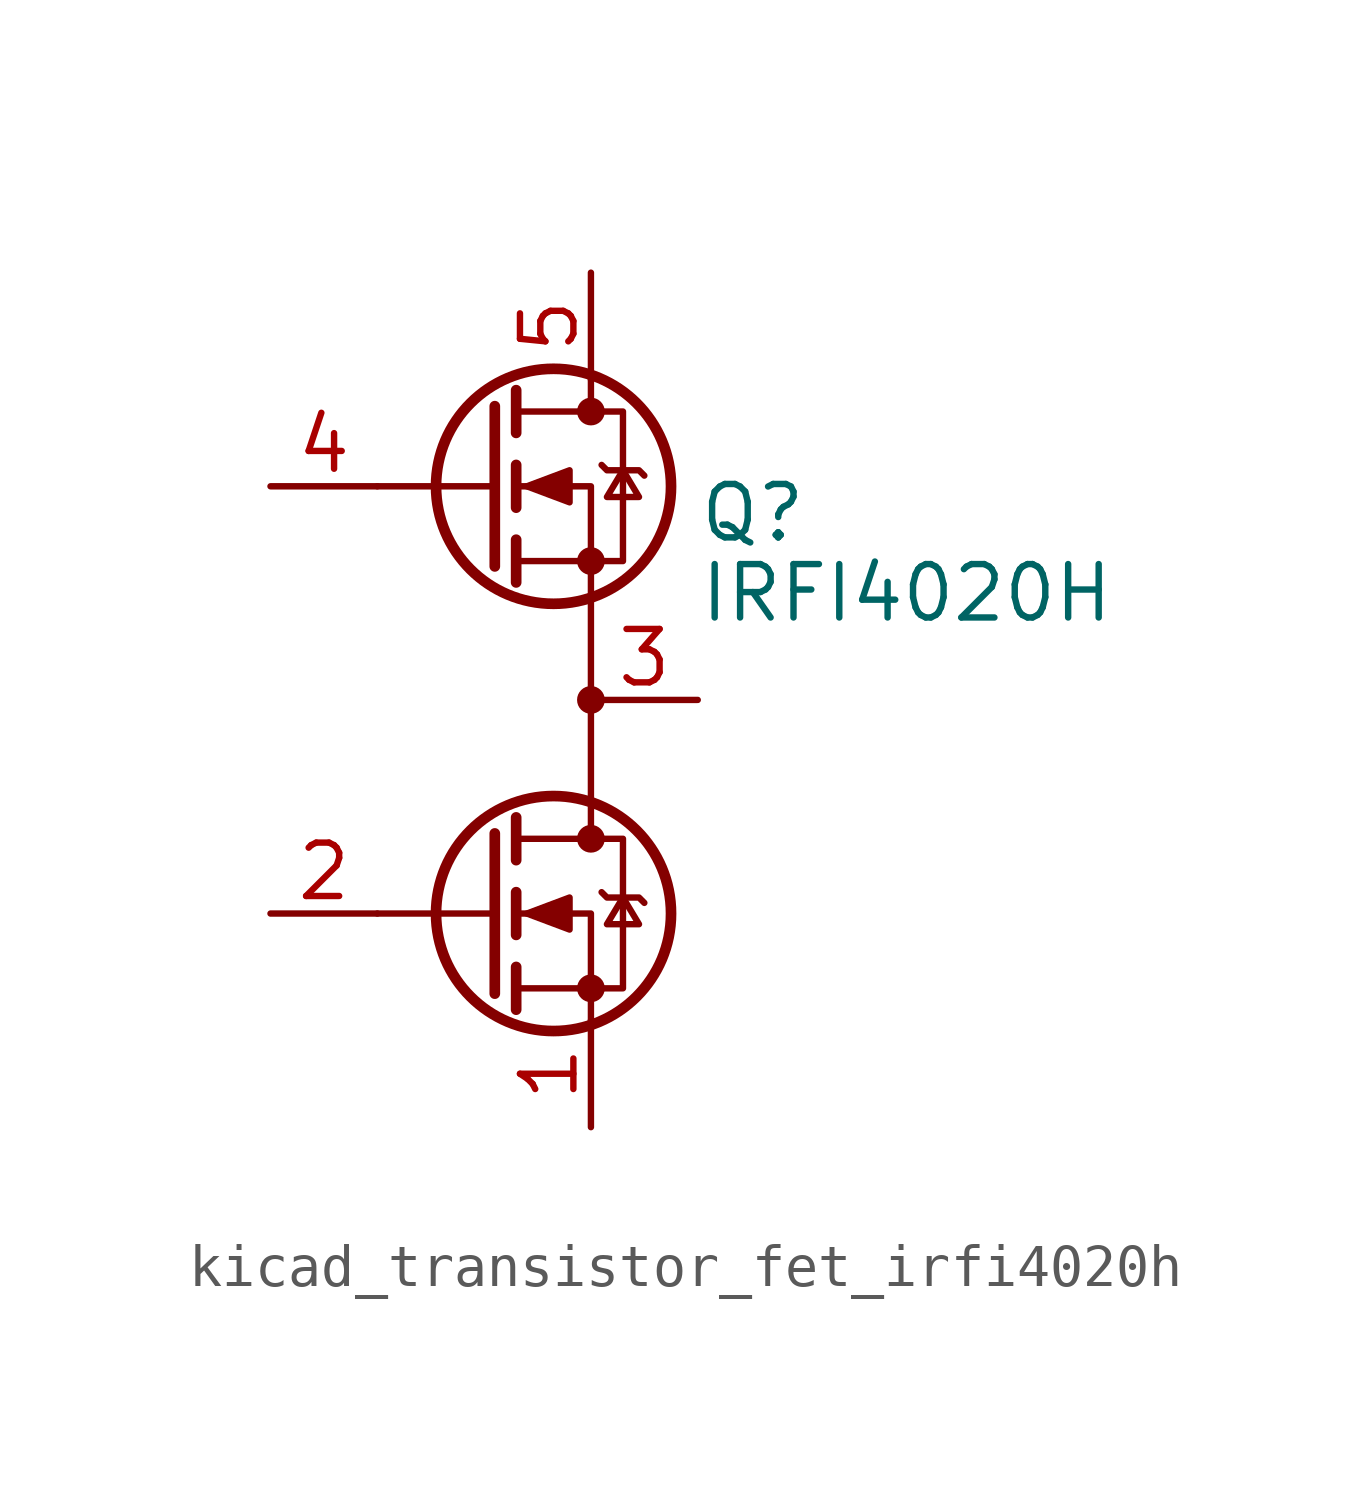
<source format=kicad_sym>
(kicad_symbol_lib
  (version 20220914)
  (generator kicad_symbol_editor)
  (symbol "kicad_transistor_fet_irfi4020h"
    (pin_names hide)
    (property "Reference" "Q"
      (at 5.08 4.445 0)
      (effects (font (size 1.27 1.27)) (justify left)))
    (property "Value" "IRFI4020H"
      (at 5.08 2.54 0)
      (effects (font (size 1.27 1.27)) (justify left)))
    (symbol "kicad_transistor_fet_irfi4020h_0_1"
      (polyline (pts (xy 0.254 -5.08) (xy -2.54 -5.08)) (stroke (width 0) (type default)) (fill (type none)))
      (polyline (pts (xy 0.254 -3.175) (xy 0.254 -6.985)) (stroke (width 0.254) (type default)) (fill (type none)))
      (polyline (pts (xy 0.254 5.08) (xy -2.54 5.08)) (stroke (width 0) (type default)) (fill (type none)))
      (polyline (pts (xy 0.254 6.985) (xy 0.254 3.175)) (stroke (width 0.254) (type default)) (fill (type none)))
      (polyline (pts (xy 0.762 -6.35) (xy 0.762 -7.366)) (stroke (width 0.254) (type default)) (fill (type none)))
      (polyline (pts (xy 0.762 -4.572) (xy 0.762 -5.588)) (stroke (width 0.254) (type default)) (fill (type none)))
      (polyline (pts (xy 0.762 -2.794) (xy 0.762 -3.81)) (stroke (width 0.254) (type default)) (fill (type none)))
      (polyline (pts (xy 0.762 3.81) (xy 0.762 2.794)) (stroke (width 0.254) (type default)) (fill (type none)))
      (polyline (pts (xy 0.762 5.588) (xy 0.762 4.572)) (stroke (width 0.254) (type default)) (fill (type none)))
      (polyline (pts (xy 0.762 7.366) (xy 0.762 6.35)) (stroke (width 0.254) (type default)) (fill (type none)))
      (polyline (pts (xy 2.54 7.62) (xy 2.54 6.858)) (stroke (width 0) (type default)) (fill (type none)))
      (polyline (pts (xy 2.54 -7.62) (xy 2.54 -5.08) (xy 0.762 -5.08)) (stroke (width 0) (type default)) (fill (type none)))
      (polyline (pts (xy 2.54 -3.302) (xy 2.54 5.08) (xy 0.762 5.08)) (stroke (width 0) (type default)) (fill (type none)))
      (polyline (pts (xy 0.762 -6.858) (xy 3.302 -6.858) (xy 3.302 -3.302) (xy 0.762 -3.302)) (stroke (width 0) (type default)) (fill (type none)))
      (polyline (pts (xy 0.762 3.302) (xy 3.302 3.302) (xy 3.302 6.858) (xy 0.762 6.858)) (stroke (width 0) (type default)) (fill (type none)))
      (polyline (pts (xy 1.016 -5.08) (xy 2.032 -4.699) (xy 2.032 -5.461) (xy 1.016 -5.08)) (stroke (width 0) (type default)) (fill (type outline)))
      (polyline (pts (xy 1.016 5.08) (xy 2.032 5.461) (xy 2.032 4.699) (xy 1.016 5.08)) (stroke (width 0) (type default)) (fill (type outline)))
      (polyline (pts (xy 2.794 -4.572) (xy 2.921 -4.699) (xy 3.683 -4.699) (xy 3.81 -4.826)) (stroke (width 0) (type default)) (fill (type none)))
      (polyline (pts (xy 2.794 5.588) (xy 2.921 5.461) (xy 3.683 5.461) (xy 3.81 5.334)) (stroke (width 0) (type default)) (fill (type none)))
      (polyline (pts (xy 3.302 -4.699) (xy 2.921 -5.334) (xy 3.683 -5.334) (xy 3.302 -4.699)) (stroke (width 0) (type default)) (fill (type none)))
      (polyline (pts (xy 3.302 5.461) (xy 2.921 4.826) (xy 3.683 4.826) (xy 3.302 5.461)) (stroke (width 0) (type default)) (fill (type none)))
      (circle (center 1.651 -5.08) (radius 2.794) (stroke (width 0.254) (type default)) (fill (type none)))
      (circle (center 1.651 5.08) (radius 2.794) (stroke (width 0.254) (type default)) (fill (type none)))
      (circle (center 2.54 -6.858) (radius 0.254) (stroke (width 0) (type default)) (fill (type outline)))
      (circle (center 2.54 -3.302) (radius 0.254) (stroke (width 0) (type default)) (fill (type outline)))
      (circle (center 2.54 0) (radius 0.254) (stroke (width 0) (type default)) (fill (type outline)))
      (circle (center 2.54 3.302) (radius 0.254) (stroke (width 0) (type default)) (fill (type outline)))
      (circle (center 2.54 6.858) (radius 0.254) (stroke (width 0) (type default)) (fill (type outline))))
    (symbol "kicad_transistor_fet_irfi4020h_1_1"
      (pin passive line (at 2.54 -10.16 90) (length 2.54) (name "S2" (effects (font (size 1.27 1.27)))) (number "1" (effects (font (size 1.27 1.27)))))
      (pin input line (at -5.08 -5.08 0) (length 2.54) (name "G2" (effects (font (size 1.27 1.27)))) (number "2" (effects (font (size 1.27 1.27)))))
      (pin passive line (at 5.08 0 180) (length 2.54) (name "S1/D2" (effects (font (size 1.27 1.27)))) (number "3" (effects (font (size 1.27 1.27)))))
      (pin input line (at -5.08 5.08 0) (length 2.54) (name "G1" (effects (font (size 1.27 1.27)))) (number "4" (effects (font (size 1.27 1.27)))))
      (pin passive line (at 2.54 10.16 270) (length 2.54) (name "D1" (effects (font (size 1.27 1.27)))) (number "5" (effects (font (size 1.27 1.27))))))))
</source>
